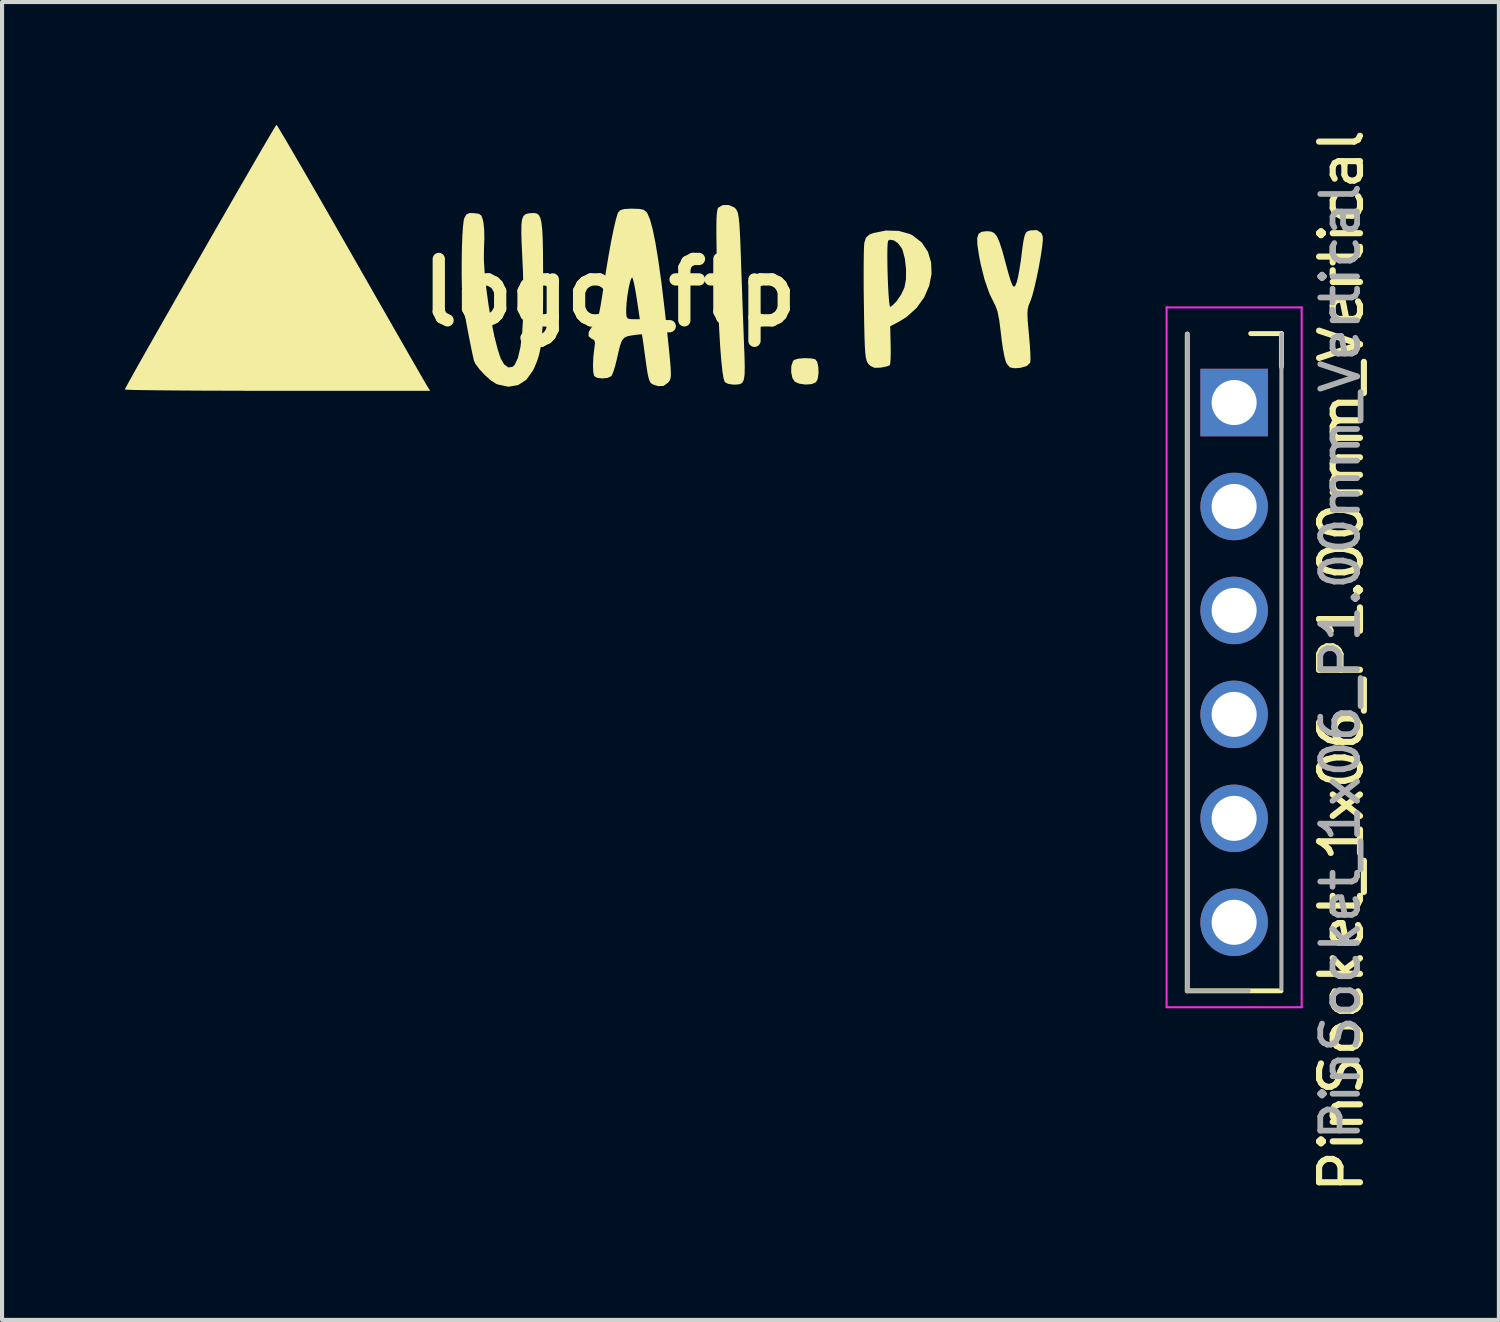
<source format=kicad_pcb>
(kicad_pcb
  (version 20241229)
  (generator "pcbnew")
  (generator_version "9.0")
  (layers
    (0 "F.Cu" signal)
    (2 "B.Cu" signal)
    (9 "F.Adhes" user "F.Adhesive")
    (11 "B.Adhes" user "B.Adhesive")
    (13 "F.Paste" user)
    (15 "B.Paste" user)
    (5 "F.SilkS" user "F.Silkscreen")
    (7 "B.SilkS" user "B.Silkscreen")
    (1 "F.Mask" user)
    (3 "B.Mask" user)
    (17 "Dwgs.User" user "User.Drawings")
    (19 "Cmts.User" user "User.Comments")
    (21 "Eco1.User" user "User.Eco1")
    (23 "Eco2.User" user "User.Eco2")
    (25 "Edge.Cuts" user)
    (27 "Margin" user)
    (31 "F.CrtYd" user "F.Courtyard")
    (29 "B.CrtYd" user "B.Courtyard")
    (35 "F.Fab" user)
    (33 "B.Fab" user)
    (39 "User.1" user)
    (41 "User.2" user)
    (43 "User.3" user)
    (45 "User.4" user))
  (footprint "PinSocket_1x06_P1.00mm_Vertical"
    (layer "F.Cu")
    (at 27.111 13.111)
    (property "Reference" "PinSocket_1x06_P1.00mm_Vertical" (at 2.615 -0.01 90) (layer "F.SilkS") (effects (font (size 1 1) (thickness 0.15))))
    (attr through_hole)
    (fp_line (start -1.15 -8) (end -1.15 8.05) (stroke (width 0.12) (type solid)) (layer "F.SilkS"))
    (fp_line (start -1.15 8.05) (end 1.14 8.05) (stroke (width 0.12) (type solid)) (layer "F.SilkS"))
    (fp_line (start 0.4 -8.01) (end 1.15 -8.01) (stroke (width 0.12) (type solid)) (layer "F.SilkS"))
    (fp_line (start 1.15 -8.01) (end 1.15 -7.2) (stroke (width 0.12) (type solid)) (layer "F.SilkS"))
    (fp_line (start -1.655 -8.65) (end 1.645 -8.65) (stroke (width 0.05) (type solid)) (layer "F.CrtYd"))
    (fp_line (start -1.655 8.45) (end -1.655 -8.65) (stroke (width 0.05) (type solid)) (layer "F.CrtYd"))
    (fp_line (start 1.645 -8.65) (end 1.645 8.45) (stroke (width 0.05) (type solid)) (layer "F.CrtYd"))
    (fp_line (start 1.645 8.45) (end -1.655 8.45) (stroke (width 0.05) (type solid)) (layer "F.CrtYd"))
    (fp_line (start -1.15 8.05) (end -1.15 -8) (stroke (width 0.1) (type solid)) (layer "F.Fab"))
    (fp_line (start 0.35 8.05) (end -1.15 8.05) (stroke (width 0.1) (type solid)) (layer "F.Fab"))
    (fp_line (start 1.15 -8) (end 1.15 8) (stroke (width 0.1) (type solid)) (layer "F.Fab"))
    (fp_text user "${REFERENCE}" (at 2.59 0 270) (layer "F.Fab") (effects (font (size 0.9 0.9) (thickness 0.14))))
    (pad "1" thru_hole rect (at -0.005 -6.325) (size 1.65 1.65) (drill 1.1) (layers "*.Cu" "*.Mask"))
    (pad "2" thru_hole circle (at -0.005 -3.785) (size 1.65 1.65) (drill 1.1) (layers "*.Cu" "*.Mask"))
    (pad "3" thru_hole circle (at -0.005 -1.245) (size 1.65 1.65) (drill 1.1) (layers "*.Cu" "*.Mask"))
    (pad "4" thru_hole circle (at -0.005 1.295) (size 1.65 1.65) (drill 1.1) (layers "*.Cu" "*.Mask"))
    (pad "5" thru_hole circle (at -0.005 3.835) (size 1.65 1.65) (drill 1.1) (layers "*.Cu" "*.Mask"))
    (pad "6" thru_hole circle (at -0.005 6.375) (size 1.65 1.65) (drill 1.1) (layers "*.Cu" "*.Mask")))
  (footprint "logo_ftp"
    (layer "F.Cu")
    (at 11.85 4.099)
    (property "Reference" "logo_ftp" (at 0 0 0) (layer "F.SilkS") (effects (font (size 1.5 1.5) (thickness 0.3))))
    (attr board_only exclude_from_pos_files exclude_from_bom)
    (fp_poly (pts (xy 4.922 1.609) (xy 5.021 1.63) (xy 5.07 1.696) (xy 5.096 1.822) (xy 5.101 1.972) (xy 5.08 2.109) (xy 5.04 2.19) (xy 4.937 2.236) (xy 4.785 2.248) (xy 4.629 2.226) (xy 4.523 2.18) (xy 4.461 2.085) (xy 4.432 1.943) (xy 4.436 1.794) (xy 4.475 1.677) (xy 4.506 1.645) (xy 4.61 1.614) (xy 4.764 1.602)) (stroke (width 0) (type solid)) (fill yes) (layer "F.SilkS"))
    (fp_poly (pts (xy 3.04 -2.082) (xy 3.076 -2.049) (xy 3.106 -2.006) (xy 3.13 -1.941) (xy 3.149 -1.843) (xy 3.165 -1.697) (xy 3.178 -1.491) (xy 3.191 -1.212) (xy 3.204 -0.847) (xy 3.204 -0.837) (xy 3.218 -0.433) (xy 3.234 0.013) (xy 3.25 0.463) (xy 3.266 0.883) (xy 3.278 1.217) (xy 3.292 1.562) (xy 3.298 1.82) (xy 3.294 2.004) (xy 3.276 2.126) (xy 3.242 2.198) (xy 3.188 2.235) (xy 3.112 2.247) (xy 3.019 2.249) (xy 2.892 2.231) (xy 2.811 2.188) (xy 2.781 2.102) (xy 2.752 1.924) (xy 2.724 1.659) (xy 2.697 1.314) (xy 2.673 0.895) (xy 2.651 0.41) (xy 2.632 -0.136) (xy 2.619 -0.586) (xy 2.61 -1.021) (xy 2.605 -1.366) (xy 2.604 -1.63) (xy 2.608 -1.824) (xy 2.618 -1.956) (xy 2.632 -2.037) (xy 2.649 -2.074) (xy 2.76 -2.138) (xy 2.905 -2.14)) (stroke (width 0) (type solid)) (fill yes) (layer "F.SilkS"))
    (fp_poly (pts (xy -8.115 -4.057) (xy -8.041 -3.935) (xy -7.924 -3.739) (xy -7.771 -3.477) (xy -7.584 -3.156) (xy -7.367 -2.782) (xy -7.125 -2.362) (xy -6.861 -1.903) (xy -6.58 -1.412) (xy -6.323 -0.963) (xy -6.028 -0.446) (xy -5.746 0.048) (xy -5.481 0.511) (xy -5.238 0.936) (xy -5.02 1.316) (xy -4.832 1.644) (xy -4.678 1.912) (xy -4.562 2.114) (xy -4.487 2.242) (xy -4.46 2.288) (xy -4.388 2.4) (xy -8.119 2.4) (xy -8.72 2.4) (xy -9.291 2.398) (xy -9.824 2.397) (xy -10.312 2.394) (xy -10.747 2.391) (xy -11.12 2.387) (xy -11.425 2.383) (xy -11.654 2.379) (xy -11.798 2.374) (xy -11.85 2.369) (xy -11.85 2.369) (xy -11.826 2.319) (xy -11.757 2.192) (xy -11.647 1.994) (xy -11.502 1.735) (xy -11.326 1.423) (xy -11.123 1.066) (xy -10.899 0.672) (xy -10.658 0.25) (xy -10.405 -0.193) (xy -10.145 -0.648) (xy -9.882 -1.107) (xy -9.621 -1.562) (xy -9.367 -2.004) (xy -9.125 -2.425) (xy -8.898 -2.817) (xy -8.693 -3.172) (xy -8.513 -3.482) (xy -8.364 -3.737) (xy -8.249 -3.931) (xy -8.175 -4.054) (xy -8.145 -4.099) (xy -8.144 -4.099)) (stroke (width 0) (type solid)) (fill yes) (layer "F.SilkS"))
    (fp_poly (pts (xy 7.058 -1.507) (xy 7.336 -1.43) (xy 7.399 -1.398) (xy 7.623 -1.223) (xy 7.774 -0.997) (xy 7.852 -0.736) (xy 7.862 -0.454) (xy 7.804 -0.165) (xy 7.682 0.117) (xy 7.497 0.375) (xy 7.252 0.596) (xy 7.077 0.705) (xy 6.852 0.824) (xy 6.863 1.282) (xy 6.865 1.487) (xy 6.86 1.653) (xy 6.849 1.755) (xy 6.842 1.774) (xy 6.774 1.803) (xy 6.65 1.829) (xy 6.616 1.834) (xy 6.47 1.839) (xy 6.371 1.794) (xy 6.327 1.752) (xy 6.298 1.714) (xy 6.275 1.663) (xy 6.257 1.587) (xy 6.243 1.474) (xy 6.232 1.313) (xy 6.224 1.091) (xy 6.217 0.796) (xy 6.211 0.417) (xy 6.209 0.301) (xy 6.204 -0.066) (xy 6.203 -0.407) (xy 6.204 -0.709) (xy 6.206 -0.873) (xy 6.782 -0.873) (xy 6.784 -0.643) (xy 6.791 -0.398) (xy 6.8 -0.158) (xy 6.812 0.056) (xy 6.826 0.225) (xy 6.841 0.328) (xy 6.852 0.35) (xy 6.906 0.315) (xy 6.993 0.229) (xy 7.016 0.201) (xy 7.12 0.047) (xy 7.2 -0.124) (xy 7.202 -0.131) (xy 7.237 -0.328) (xy 7.239 -0.573) (xy 7.211 -0.822) (xy 7.156 -1.031) (xy 7.132 -1.086) (xy 7.043 -1.205) (xy 6.937 -1.278) (xy 6.84 -1.291) (xy 6.802 -1.267) (xy 6.79 -1.205) (xy 6.783 -1.067) (xy 6.782 -0.873) (xy 6.206 -0.873) (xy 6.207 -0.955) (xy 6.213 -1.131) (xy 6.22 -1.218) (xy 6.26 -1.343) (xy 6.342 -1.416) (xy 6.439 -1.455) (xy 6.747 -1.516)) (stroke (width 0) (type solid)) (fill yes) (layer "F.SilkS"))
    (fp_poly (pts (xy 10.544 -1.456) (xy 10.579 -1.376) (xy 10.581 -1.276) (xy 10.563 -1.103) (xy 10.529 -0.878) (xy 10.484 -0.624) (xy 10.431 -0.365) (xy 10.376 -0.124) (xy 10.323 0.078) (xy 10.276 0.216) (xy 10.269 0.23) (xy 10.233 0.317) (xy 10.212 0.406) (xy 10.205 0.52) (xy 10.211 0.679) (xy 10.231 0.907) (xy 10.242 1.025) (xy 10.263 1.267) (xy 10.276 1.477) (xy 10.28 1.633) (xy 10.273 1.712) (xy 10.273 1.713) (xy 10.19 1.794) (xy 10.024 1.841) (xy 9.885 1.849) (xy 9.776 1.828) (xy 9.704 1.744) (xy 9.677 1.688) (xy 9.644 1.57) (xy 9.608 1.382) (xy 9.575 1.153) (xy 9.555 0.981) (xy 9.517 0.677) (xy 9.473 0.457) (xy 9.417 0.306) (xy 9.399 0.274) (xy 9.275 0.021) (xy 9.16 -0.309) (xy 9.062 -0.696) (xy 9.02 -0.916) (xy 8.983 -1.165) (xy 8.977 -1.332) (xy 9.009 -1.433) (xy 9.083 -1.484) (xy 9.205 -1.5) (xy 9.23 -1.5) (xy 9.322 -1.49) (xy 9.396 -1.452) (xy 9.46 -1.371) (xy 9.522 -1.233) (xy 9.589 -1.026) (xy 9.669 -0.735) (xy 9.669 -0.733) (xy 9.743 -0.461) (xy 9.799 -0.278) (xy 9.842 -0.173) (xy 9.877 -0.14) (xy 9.908 -0.168) (xy 9.942 -0.247) (xy 9.974 -0.371) (xy 10.009 -0.56) (xy 10.043 -0.777) (xy 10.051 -0.841) (xy 10.084 -1.104) (xy 10.112 -1.285) (xy 10.139 -1.4) (xy 10.17 -1.466) (xy 10.213 -1.5) (xy 10.271 -1.519) (xy 10.271 -1.519) (xy 10.436 -1.527)) (stroke (width 0) (type solid)) (fill yes) (layer "F.SilkS"))
    (fp_poly (pts (xy -1.788 -1.933) (xy -1.736 -1.897) (xy -1.698 -1.826) (xy -1.67 -1.711) (xy -1.651 -1.541) (xy -1.639 -1.307) (xy -1.633 -0.999) (xy -1.63 -0.607) (xy -1.629 -0.325) (xy -1.629 0.156) (xy -1.634 0.55) (xy -1.645 0.87) (xy -1.663 1.13) (xy -1.69 1.343) (xy -1.728 1.521) (xy -1.778 1.679) (xy -1.841 1.829) (xy -1.881 1.911) (xy -2.039 2.13) (xy -2.241 2.261) (xy -2.477 2.301) (xy -2.736 2.246) (xy -2.775 2.231) (xy -2.903 2.149) (xy -3.049 2.02) (xy -3.187 1.871) (xy -3.288 1.733) (xy -3.318 1.668) (xy -3.337 1.587) (xy -3.371 1.429) (xy -3.415 1.212) (xy -3.465 0.958) (xy -3.485 0.85) (xy -3.538 0.564) (xy -3.576 0.323) (xy -3.6 0.099) (xy -3.614 -0.137) (xy -3.619 -0.414) (xy -3.618 -0.762) (xy -3.618 -0.775) (xy -3.613 -1.105) (xy -3.602 -1.391) (xy -3.587 -1.618) (xy -3.568 -1.769) (xy -3.556 -1.816) (xy -3.506 -1.908) (xy -3.431 -1.943) (xy -3.314 -1.941) (xy -3.198 -1.924) (xy -3.137 -1.881) (xy -3.102 -1.782) (xy -3.086 -1.7) (xy -3.069 -1.537) (xy -3.065 -1.32) (xy -3.073 -1.093) (xy -3.074 -1.075) (xy -3.077 -0.809) (xy -3.057 -0.473) (xy -3.017 -0.092) (xy -2.962 0.311) (xy -2.894 0.709) (xy -2.818 1.079) (xy -2.737 1.395) (xy -2.665 1.611) (xy -2.578 1.759) (xy -2.476 1.83) (xy -2.375 1.815) (xy -2.325 1.767) (xy -2.246 1.601) (xy -2.185 1.342) (xy -2.141 0.997) (xy -2.116 0.572) (xy -2.109 0.073) (xy -2.121 -0.495) (xy -2.137 -0.85) (xy -2.154 -1.203) (xy -2.162 -1.469) (xy -2.159 -1.66) (xy -2.143 -1.79) (xy -2.11 -1.871) (xy -2.059 -1.915) (xy -1.988 -1.935) (xy -1.937 -1.94) (xy -1.854 -1.944)) (stroke (width 0) (type solid)) (fill yes) (layer "F.SilkS"))
    (fp_poly (pts (xy 0.725 -2.044) (xy 0.829 -2.022) (xy 0.893 -1.973) (xy 0.918 -1.938) (xy 0.982 -1.789) (xy 1.048 -1.546) (xy 1.117 -1.208) (xy 1.188 -0.773) (xy 1.262 -0.241) (xy 1.338 0.389) (xy 1.408 1.023) (xy 1.445 1.376) (xy 1.471 1.643) (xy 1.487 1.838) (xy 1.493 1.974) (xy 1.489 2.065) (xy 1.476 2.125) (xy 1.453 2.166) (xy 1.428 2.197) (xy 1.315 2.281) (xy 1.181 2.286) (xy 1.069 2.251) (xy 1.021 2.226) (xy 0.985 2.185) (xy 0.955 2.112) (xy 0.927 1.992) (xy 0.897 1.808) (xy 0.861 1.545) (xy 0.848 1.45) (xy 0.822 1.258) (xy 0.8 1.109) (xy 0.786 1.028) (xy 0.783 1.019) (xy 0.734 1.022) (xy 0.618 1.035) (xy 0.555 1.044) (xy 0.437 1.065) (xy 0.356 1.102) (xy 0.298 1.172) (xy 0.251 1.295) (xy 0.203 1.49) (xy 0.178 1.605) (xy 0.131 1.794) (xy 0.083 1.947) (xy 0.043 2.036) (xy 0.038 2.042) (xy -0.054 2.085) (xy -0.185 2.098) (xy -0.309 2.083) (xy -0.38 2.042) (xy -0.403 1.947) (xy -0.411 1.784) (xy -0.403 1.584) (xy -0.38 1.378) (xy -0.376 1.355) (xy -0.361 1.225) (xy -0.383 1.159) (xy -0.448 1.125) (xy -0.52 1.064) (xy -0.514 0.96) (xy -0.434 0.832) (xy -0.379 0.775) (xy -0.335 0.719) (xy -0.296 0.633) (xy -0.26 0.5) (xy -0.248 0.442) (xy 0.4 0.442) (xy 0.405 0.573) (xy 0.435 0.633) (xy 0.512 0.649) (xy 0.567 0.65) (xy 0.734 0.65) (xy 0.661 0.163) (xy 0.626 -0.049) (xy 0.592 -0.224) (xy 0.563 -0.338) (xy 0.55 -0.367) (xy 0.523 -0.345) (xy 0.492 -0.248) (xy 0.459 -0.098) (xy 0.43 0.08) (xy 0.409 0.264) (xy 0.4 0.43) (xy 0.4 0.442) (xy -0.248 0.442) (xy -0.222 0.305) (xy -0.178 0.033) (xy -0.158 -0.1) (xy -0.094 -0.517) (xy -0.029 -0.906) (xy 0.034 -1.254) (xy 0.094 -1.548) (xy 0.146 -1.775) (xy 0.189 -1.922) (xy 0.204 -1.958) (xy 0.255 -2.012) (xy 0.349 -2.041) (xy 0.512 -2.05) (xy 0.551 -2.05)) (stroke (width 0) (type solid)) (fill yes) (layer "F.SilkS")))
  (gr_rect
    (start -3 -3)
    (end 33.575 29.202)
    (stroke (width 0.1) (type default))
    (fill no)
    (layer "Edge.Cuts")))
</source>
